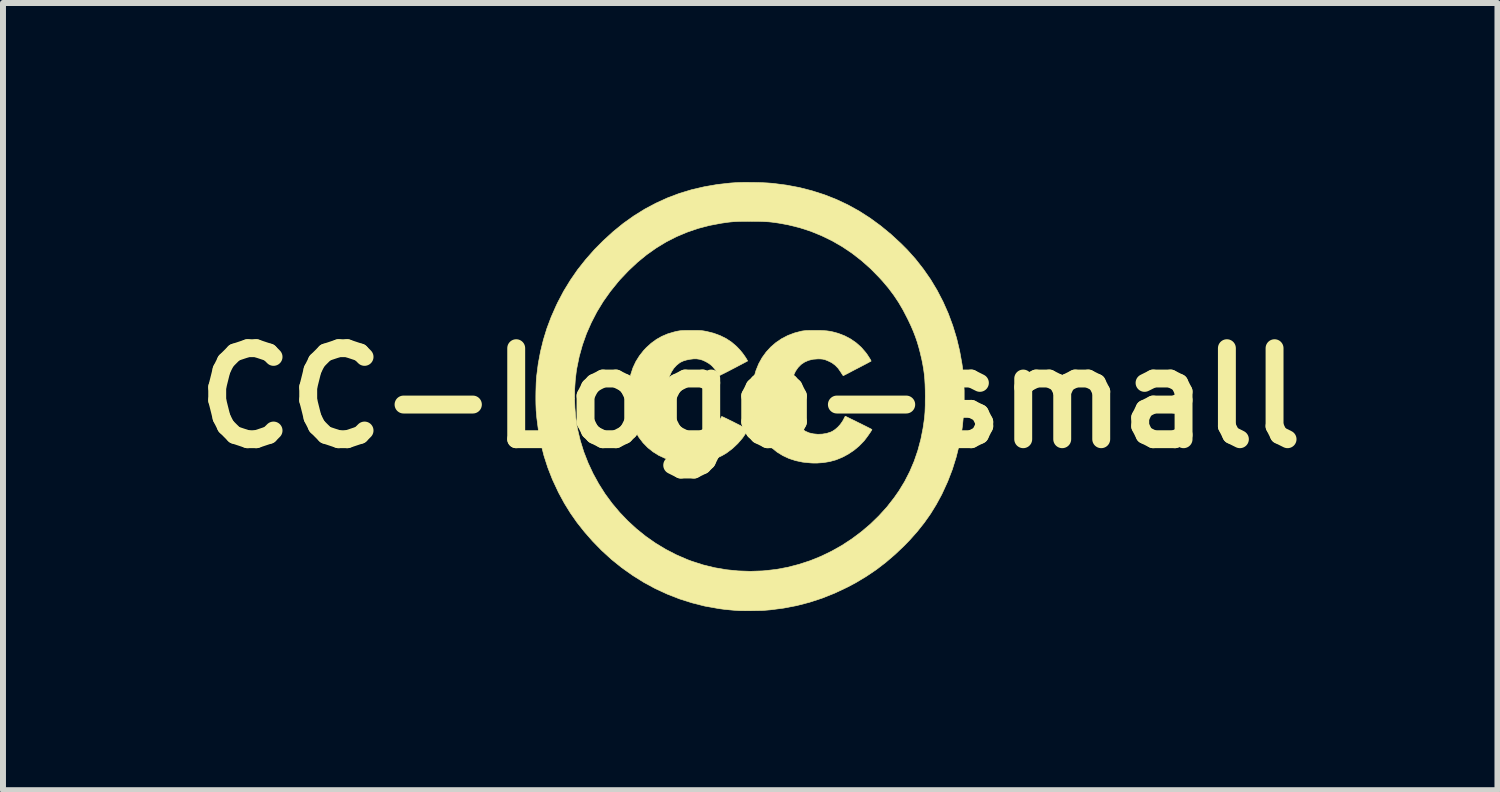
<source format=kicad_pcb>
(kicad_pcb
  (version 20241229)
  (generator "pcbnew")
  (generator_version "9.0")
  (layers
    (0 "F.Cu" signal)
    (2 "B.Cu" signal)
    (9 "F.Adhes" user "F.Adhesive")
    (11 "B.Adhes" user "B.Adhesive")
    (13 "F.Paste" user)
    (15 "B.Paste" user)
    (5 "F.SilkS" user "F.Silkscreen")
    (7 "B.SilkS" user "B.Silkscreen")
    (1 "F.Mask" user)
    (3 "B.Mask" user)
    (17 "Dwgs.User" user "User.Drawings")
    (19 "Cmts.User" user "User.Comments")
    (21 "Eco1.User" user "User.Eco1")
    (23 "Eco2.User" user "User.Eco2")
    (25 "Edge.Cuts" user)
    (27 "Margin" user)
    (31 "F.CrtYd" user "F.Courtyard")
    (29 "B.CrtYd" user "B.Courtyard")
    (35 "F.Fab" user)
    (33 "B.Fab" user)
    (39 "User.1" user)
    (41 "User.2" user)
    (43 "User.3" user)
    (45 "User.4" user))
  (footprint "CC-Logo-small"
    (layer "F.Cu")
    (at 9.514 3.616)
    (property "Reference" "CC-Logo-small" (at 0 0 0) (layer "F.SilkS") (effects (font (size 1.524 1.524) (thickness 0.3))))
    (attr through_hole)
    (fp_poly (pts (xy -0.931 -1.132) (xy -0.886 -1.132) (xy -0.85 -1.131) (xy -0.82 -1.129) (xy -0.793 -1.126) (xy -0.768 -1.122) (xy -0.741 -1.117) (xy -0.734 -1.116) (xy -0.614 -1.086) (xy -0.505 -1.046) (xy -0.404 -0.996) (xy -0.313 -0.936) (xy -0.23 -0.865) (xy -0.215 -0.85) (xy -0.171 -0.803) (xy -0.128 -0.751) (xy -0.09 -0.698) (xy -0.064 -0.658) (xy -0.043 -0.621) (xy -0.101 -0.59) (xy -0.139 -0.57) (xy -0.183 -0.547) (xy -0.23 -0.522) (xy -0.278 -0.497) (xy -0.326 -0.472) (xy -0.372 -0.448) (xy -0.415 -0.426) (xy -0.453 -0.407) (xy -0.484 -0.392) (xy -0.507 -0.38) (xy -0.52 -0.375) (xy -0.522 -0.374) (xy -0.529 -0.38) (xy -0.533 -0.388) (xy -0.542 -0.409) (xy -0.559 -0.436) (xy -0.581 -0.467) (xy -0.606 -0.499) (xy -0.63 -0.527) (xy -0.648 -0.545) (xy -0.69 -0.578) (xy -0.741 -0.608) (xy -0.794 -0.633) (xy -0.845 -0.649) (xy -0.846 -0.649) (xy -0.895 -0.656) (xy -0.951 -0.656) (xy -1.01 -0.649) (xy -1.068 -0.637) (xy -1.121 -0.621) (xy -1.166 -0.6) (xy -1.178 -0.593) (xy -1.234 -0.549) (xy -1.281 -0.497) (xy -1.32 -0.436) (xy -1.351 -0.366) (xy -1.373 -0.285) (xy -1.388 -0.195) (xy -1.396 -0.093) (xy -1.397 -0.031) (xy -1.395 0.06) (xy -1.387 0.14) (xy -1.375 0.212) (xy -1.356 0.279) (xy -1.33 0.343) (xy -1.31 0.384) (xy -1.268 0.449) (xy -1.218 0.503) (xy -1.158 0.547) (xy -1.088 0.581) (xy -1.08 0.584) (xy -1.042 0.595) (xy -0.994 0.602) (xy -0.941 0.606) (xy -0.887 0.606) (xy -0.838 0.603) (xy -0.801 0.597) (xy -0.727 0.572) (xy -0.66 0.536) (xy -0.6 0.487) (xy -0.548 0.428) (xy -0.513 0.374) (xy -0.499 0.348) (xy -0.487 0.326) (xy -0.48 0.312) (xy -0.478 0.309) (xy -0.472 0.311) (xy -0.454 0.318) (xy -0.427 0.331) (xy -0.391 0.348) (xy -0.349 0.369) (xy -0.301 0.392) (xy -0.256 0.415) (xy -0.035 0.526) (xy -0.06 0.568) (xy -0.129 0.669) (xy -0.208 0.761) (xy -0.296 0.844) (xy -0.391 0.916) (xy -0.469 0.963) (xy -0.573 1.012) (xy -0.681 1.049) (xy -0.794 1.074) (xy -0.914 1.087) (xy -1.041 1.088) (xy -1.072 1.086) (xy -1.197 1.072) (xy -1.315 1.047) (xy -1.427 1.009) (xy -1.531 0.961) (xy -1.627 0.901) (xy -1.715 0.831) (xy -1.794 0.75) (xy -1.863 0.66) (xy -1.922 0.56) (xy -1.929 0.545) (xy -1.974 0.439) (xy -2.008 0.325) (xy -2.031 0.202) (xy -2.044 0.07) (xy -2.046 -0.021) (xy -2.041 -0.156) (xy -2.026 -0.282) (xy -1.999 -0.4) (xy -1.963 -0.509) (xy -1.915 -0.611) (xy -1.855 -0.707) (xy -1.785 -0.796) (xy -1.74 -0.844) (xy -1.658 -0.918) (xy -1.572 -0.981) (xy -1.482 -1.032) (xy -1.384 -1.074) (xy -1.277 -1.106) (xy -1.235 -1.116) (xy -1.21 -1.121) (xy -1.186 -1.125) (xy -1.162 -1.128) (xy -1.135 -1.13) (xy -1.102 -1.131) (xy -1.061 -1.132) (xy -1.01 -1.132) (xy -0.988 -1.132) (xy -0.931 -1.132)) (stroke (width 0.01) (type solid)) (fill yes) (layer "F.SilkS"))
    (fp_poly (pts (xy 1.164 -1.132) (xy 1.227 -1.129) (xy 1.283 -1.125) (xy 1.333 -1.118) (xy 1.382 -1.108) (xy 1.432 -1.095) (xy 1.477 -1.082) (xy 1.583 -1.041) (xy 1.683 -0.988) (xy 1.775 -0.924) (xy 1.859 -0.849) (xy 1.933 -0.764) (xy 1.956 -0.733) (xy 1.975 -0.704) (xy 1.993 -0.676) (xy 2.009 -0.651) (xy 2.019 -0.632) (xy 2.024 -0.62) (xy 2.024 -0.618) (xy 2.017 -0.614) (xy 1.999 -0.605) (xy 1.972 -0.59) (xy 1.938 -0.572) (xy 1.898 -0.551) (xy 1.854 -0.528) (xy 1.808 -0.504) (xy 1.761 -0.48) (xy 1.715 -0.456) (xy 1.672 -0.433) (xy 1.634 -0.413) (xy 1.601 -0.396) (xy 1.577 -0.384) (xy 1.561 -0.376) (xy 1.557 -0.374) (xy 1.553 -0.38) (xy 1.542 -0.395) (xy 1.528 -0.417) (xy 1.518 -0.433) (xy 1.474 -0.497) (xy 1.425 -0.548) (xy 1.37 -0.589) (xy 1.33 -0.61) (xy 1.285 -0.63) (xy 1.248 -0.644) (xy 1.212 -0.652) (xy 1.174 -0.655) (xy 1.138 -0.656) (xy 1.055 -0.65) (xy 0.979 -0.632) (xy 0.912 -0.603) (xy 0.852 -0.563) (xy 0.801 -0.511) (xy 0.758 -0.449) (xy 0.724 -0.375) (xy 0.698 -0.291) (xy 0.681 -0.197) (xy 0.672 -0.092) (xy 0.673 0.018) (xy 0.678 0.102) (xy 0.687 0.175) (xy 0.702 0.241) (xy 0.721 0.303) (xy 0.723 0.307) (xy 0.752 0.37) (xy 0.789 0.429) (xy 0.831 0.482) (xy 0.878 0.525) (xy 0.925 0.557) (xy 0.988 0.584) (xy 1.059 0.6) (xy 1.133 0.607) (xy 1.208 0.604) (xy 1.281 0.592) (xy 1.349 0.57) (xy 1.378 0.556) (xy 1.422 0.527) (xy 1.467 0.488) (xy 1.508 0.443) (xy 1.543 0.394) (xy 1.559 0.367) (xy 1.572 0.341) (xy 1.583 0.32) (xy 1.59 0.307) (xy 1.591 0.305) (xy 1.598 0.307) (xy 1.615 0.315) (xy 1.641 0.328) (xy 1.675 0.345) (xy 1.714 0.364) (xy 1.758 0.385) (xy 1.803 0.408) (xy 1.849 0.43) (xy 1.894 0.453) (xy 1.935 0.473) (xy 1.972 0.492) (xy 2.002 0.507) (xy 2.024 0.519) (xy 2.036 0.525) (xy 2.038 0.526) (xy 2.036 0.533) (xy 2.027 0.549) (xy 2.012 0.572) (xy 1.993 0.6) (xy 1.972 0.63) (xy 1.95 0.66) (xy 1.928 0.689) (xy 1.909 0.714) (xy 1.901 0.723) (xy 1.822 0.804) (xy 1.734 0.877) (xy 1.639 0.94) (xy 1.539 0.993) (xy 1.436 1.035) (xy 1.33 1.064) (xy 1.225 1.081) (xy 1.203 1.083) (xy 1.172 1.085) (xy 1.142 1.087) (xy 1.12 1.089) (xy 1.118 1.089) (xy 1.1 1.089) (xy 1.072 1.089) (xy 1.037 1.088) (xy 1.005 1.086) (xy 0.878 1.073) (xy 0.76 1.048) (xy 0.649 1.012) (xy 0.546 0.964) (xy 0.45 0.905) (xy 0.361 0.833) (xy 0.321 0.794) (xy 0.247 0.71) (xy 0.184 0.617) (xy 0.131 0.514) (xy 0.089 0.402) (xy 0.058 0.281) (xy 0.038 0.152) (xy 0.036 0.131) (xy 0.029 0.007) (xy 0.031 -0.117) (xy 0.044 -0.238) (xy 0.065 -0.353) (xy 0.096 -0.46) (xy 0.097 -0.462) (xy 0.142 -0.573) (xy 0.199 -0.676) (xy 0.267 -0.77) (xy 0.344 -0.854) (xy 0.431 -0.929) (xy 0.527 -0.994) (xy 0.631 -1.048) (xy 0.743 -1.09) (xy 0.858 -1.12) (xy 0.882 -1.124) (xy 0.908 -1.127) (xy 0.938 -1.13) (xy 0.975 -1.131) (xy 1.02 -1.132) (xy 1.077 -1.132) (xy 1.09 -1.132) (xy 1.164 -1.132)) (stroke (width 0.01) (type solid)) (fill yes) (layer "F.SilkS"))
    (fp_poly (pts (xy 0.048 -3.61) (xy 0.133 -3.609) (xy 0.215 -3.606) (xy 0.291 -3.602) (xy 0.358 -3.597) (xy 0.381 -3.595) (xy 0.606 -3.566) (xy 0.824 -3.525) (xy 1.035 -3.471) (xy 1.241 -3.405) (xy 1.44 -3.327) (xy 1.634 -3.236) (xy 1.822 -3.132) (xy 2.005 -3.015) (xy 2.183 -2.885) (xy 2.357 -2.742) (xy 2.526 -2.586) (xy 2.625 -2.487) (xy 2.767 -2.329) (xy 2.898 -2.162) (xy 3.02 -1.987) (xy 3.13 -1.804) (xy 3.229 -1.613) (xy 3.317 -1.415) (xy 3.392 -1.212) (xy 3.456 -1.003) (xy 3.507 -0.79) (xy 3.546 -0.573) (xy 3.556 -0.501) (xy 3.573 -0.318) (xy 3.583 -0.127) (xy 3.583 0.067) (xy 3.574 0.26) (xy 3.556 0.45) (xy 3.541 0.564) (xy 3.502 0.778) (xy 3.449 0.99) (xy 3.384 1.198) (xy 3.306 1.4) (xy 3.216 1.596) (xy 3.207 1.615) (xy 3.117 1.781) (xy 3.02 1.939) (xy 2.914 2.089) (xy 2.798 2.235) (xy 2.671 2.378) (xy 2.579 2.473) (xy 2.425 2.619) (xy 2.27 2.752) (xy 2.111 2.874) (xy 1.945 2.986) (xy 1.772 3.09) (xy 1.619 3.171) (xy 1.413 3.268) (xy 1.205 3.351) (xy 0.994 3.42) (xy 0.779 3.476) (xy 0.56 3.518) (xy 0.336 3.547) (xy 0.229 3.556) (xy 0.195 3.558) (xy 0.151 3.559) (xy 0.1 3.56) (xy 0.045 3.561) (xy -0.012 3.562) (xy -0.068 3.562) (xy -0.119 3.561) (xy -0.164 3.561) (xy -0.2 3.559) (xy -0.215 3.558) (xy -0.283 3.553) (xy -0.339 3.548) (xy -0.386 3.543) (xy -0.428 3.539) (xy -0.467 3.534) (xy -0.506 3.529) (xy -0.543 3.523) (xy -0.761 3.484) (xy -0.974 3.43) (xy -1.183 3.364) (xy -1.388 3.284) (xy -1.588 3.192) (xy -1.782 3.087) (xy -1.969 2.97) (xy -2.151 2.841) (xy -2.325 2.701) (xy -2.491 2.549) (xy -2.641 2.395) (xy -2.776 2.241) (xy -2.899 2.086) (xy -3.011 1.926) (xy -3.113 1.761) (xy -3.208 1.586) (xy -3.221 1.559) (xy -3.312 1.364) (xy -3.389 1.167) (xy -3.454 0.966) (xy -3.506 0.761) (xy -3.546 0.549) (xy -3.574 0.332) (xy -3.585 0.208) (xy -3.587 0.159) (xy -3.589 0.1) (xy -3.59 0.034) (xy -3.59 0.009) (xy -2.942 0.009) (xy -2.936 0.165) (xy -2.923 0.317) (xy -2.903 0.462) (xy -2.893 0.515) (xy -2.847 0.71) (xy -2.788 0.9) (xy -2.716 1.085) (xy -2.632 1.265) (xy -2.537 1.438) (xy -2.431 1.605) (xy -2.314 1.764) (xy -2.187 1.915) (xy -2.05 2.058) (xy -1.904 2.192) (xy -1.75 2.316) (xy -1.587 2.43) (xy -1.417 2.533) (xy -1.239 2.625) (xy -1.055 2.705) (xy -0.98 2.733) (xy -0.791 2.794) (xy -0.599 2.841) (xy -0.402 2.875) (xy -0.203 2.895) (xy -0.000075 2.902) (xy 0.205 2.895) (xy 0.243 2.892) (xy 0.437 2.87) (xy 0.629 2.834) (xy 0.818 2.785) (xy 1.005 2.724) (xy 1.187 2.65) (xy 1.365 2.564) (xy 1.537 2.467) (xy 1.702 2.359) (xy 1.861 2.24) (xy 2.012 2.112) (xy 2.154 1.974) (xy 2.287 1.828) (xy 2.409 1.672) (xy 2.489 1.558) (xy 2.586 1.399) (xy 2.672 1.231) (xy 2.746 1.057) (xy 2.808 0.876) (xy 2.858 0.689) (xy 2.893 0.512) (xy 2.903 0.447) (xy 2.911 0.39) (xy 2.918 0.338) (xy 2.923 0.287) (xy 2.927 0.236) (xy 2.929 0.182) (xy 2.931 0.122) (xy 2.931 0.052) (xy 2.932 -0.025) (xy 2.931 -0.133) (xy 2.928 -0.229) (xy 2.923 -0.318) (xy 2.915 -0.401) (xy 2.904 -0.482) (xy 2.89 -0.564) (xy 2.873 -0.649) (xy 2.851 -0.741) (xy 2.85 -0.748) (xy 2.824 -0.847) (xy 2.797 -0.939) (xy 2.767 -1.026) (xy 2.734 -1.112) (xy 2.696 -1.201) (xy 2.651 -1.297) (xy 2.631 -1.337) (xy 2.559 -1.476) (xy 2.484 -1.604) (xy 2.403 -1.725) (xy 2.314 -1.843) (xy 2.215 -1.96) (xy 2.16 -2.02) (xy 2.017 -2.166) (xy 1.865 -2.301) (xy 1.707 -2.424) (xy 1.542 -2.535) (xy 1.372 -2.633) (xy 1.195 -2.719) (xy 1.014 -2.793) (xy 0.829 -2.853) (xy 0.639 -2.9) (xy 0.533 -2.92) (xy 0.47 -2.931) (xy 0.414 -2.939) (xy 0.362 -2.946) (xy 0.312 -2.951) (xy 0.26 -2.954) (xy 0.205 -2.957) (xy 0.143 -2.959) (xy 0.072 -2.959) (xy 0.004 -2.96) (xy -0.072 -2.959) (xy -0.136 -2.959) (xy -0.191 -2.958) (xy -0.24 -2.956) (xy -0.285 -2.953) (xy -0.329 -2.949) (xy -0.374 -2.944) (xy -0.423 -2.937) (xy -0.478 -2.929) (xy -0.49 -2.927) (xy -0.686 -2.89) (xy -0.876 -2.84) (xy -1.059 -2.777) (xy -1.237 -2.702) (xy -1.409 -2.614) (xy -1.575 -2.513) (xy -1.736 -2.399) (xy -1.891 -2.272) (xy -2.04 -2.132) (xy -2.184 -1.98) (xy -2.213 -1.946) (xy -2.344 -1.784) (xy -2.463 -1.616) (xy -2.569 -1.442) (xy -2.662 -1.262) (xy -2.743 -1.078) (xy -2.81 -0.889) (xy -2.864 -0.696) (xy -2.904 -0.5) (xy -2.913 -0.445) (xy -2.93 -0.299) (xy -2.94 -0.146) (xy -2.942 0.009) (xy -3.59 0.009) (xy -3.59 -0.036) (xy -3.589 -0.108) (xy -3.587 -0.179) (xy -3.585 -0.245) (xy -3.582 -0.303) (xy -3.578 -0.352) (xy -3.577 -0.363) (xy -3.55 -0.575) (xy -3.512 -0.778) (xy -3.464 -0.974) (xy -3.405 -1.166) (xy -3.334 -1.355) (xy -3.251 -1.543) (xy -3.225 -1.598) (xy -3.124 -1.79) (xy -3.012 -1.973) (xy -2.89 -2.15) (xy -2.755 -2.32) (xy -2.609 -2.486) (xy -2.464 -2.632) (xy -2.297 -2.785) (xy -2.125 -2.925) (xy -1.948 -3.051) (xy -1.766 -3.164) (xy -1.578 -3.264) (xy -1.385 -3.352) (xy -1.186 -3.427) (xy -0.981 -3.489) (xy -0.77 -3.538) (xy -0.552 -3.576) (xy -0.327 -3.601) (xy -0.254 -3.606) (xy -0.191 -3.609) (xy -0.117 -3.611) (xy -0.037 -3.611) (xy 0.048 -3.61)) (stroke (width 0.01) (type solid)) (fill yes) (layer "F.SilkS")))
  (gr_rect
    (start -3 -3)
    (end 22.028 10.183)
    (stroke (width 0.1) (type default))
    (fill no)
    (layer "Edge.Cuts")))
</source>
